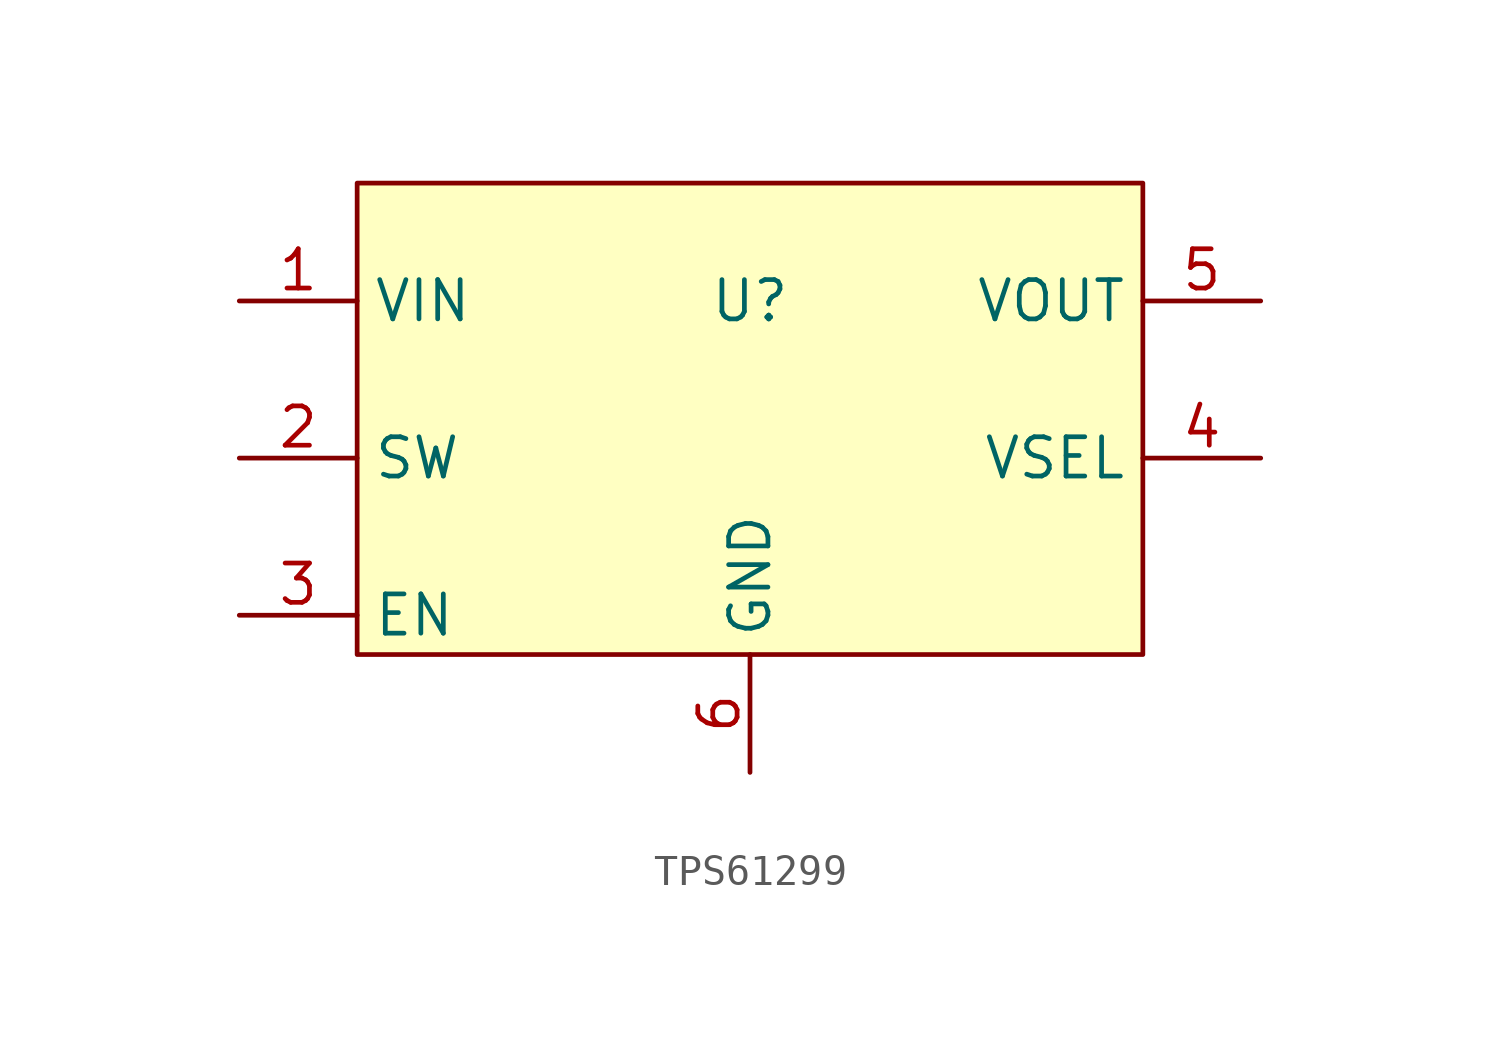
<source format=kicad_sym>
(kicad_symbol_lib
  (version 20220914)
  (generator kicad_symbol_editor)
  (symbol "TPS61299"
    (property "Reference" "U"
      (at 0 5.08 0)
      (effects (font (size 1.27 1.27))))
    (property "Value" ""
      (at -1.27 0 0)
      (effects (font (size 1.27 1.27))))
    (symbol "TPS61299_1_1"
      (rectangle (start -12.7 8.89) (end 12.7 -6.35) (stroke (width 0) (type default)) (fill (type background)))
      (pin passive line (at -16.51 5.08 0) (length 3.81) (name "VIN" (effects (font (size 1.27 1.27)))) (number "1" (effects (font (size 1.27 1.27)))))
      (pin passive line (at -16.51 0 0) (length 3.81) (name "SW" (effects (font (size 1.27 1.27)))) (number "2" (effects (font (size 1.27 1.27)))))
      (pin passive line (at -16.51 -5.08 0) (length 3.81) (name "EN" (effects (font (size 1.27 1.27)))) (number "3" (effects (font (size 1.27 1.27)))))
      (pin passive line (at 16.51 0 180) (length 3.81) (name "VSEL" (effects (font (size 1.27 1.27)))) (number "4" (effects (font (size 1.27 1.27)))))
      (pin passive line (at 16.51 5.08 180) (length 3.81) (name "VOUT" (effects (font (size 1.27 1.27)))) (number "5" (effects (font (size 1.27 1.27)))))
      (pin passive line (at 0 -10.16 90) (length 3.81) (name "GND" (effects (font (size 1.27 1.27)))) (number "6" (effects (font (size 1.27 1.27))))))))
</source>
